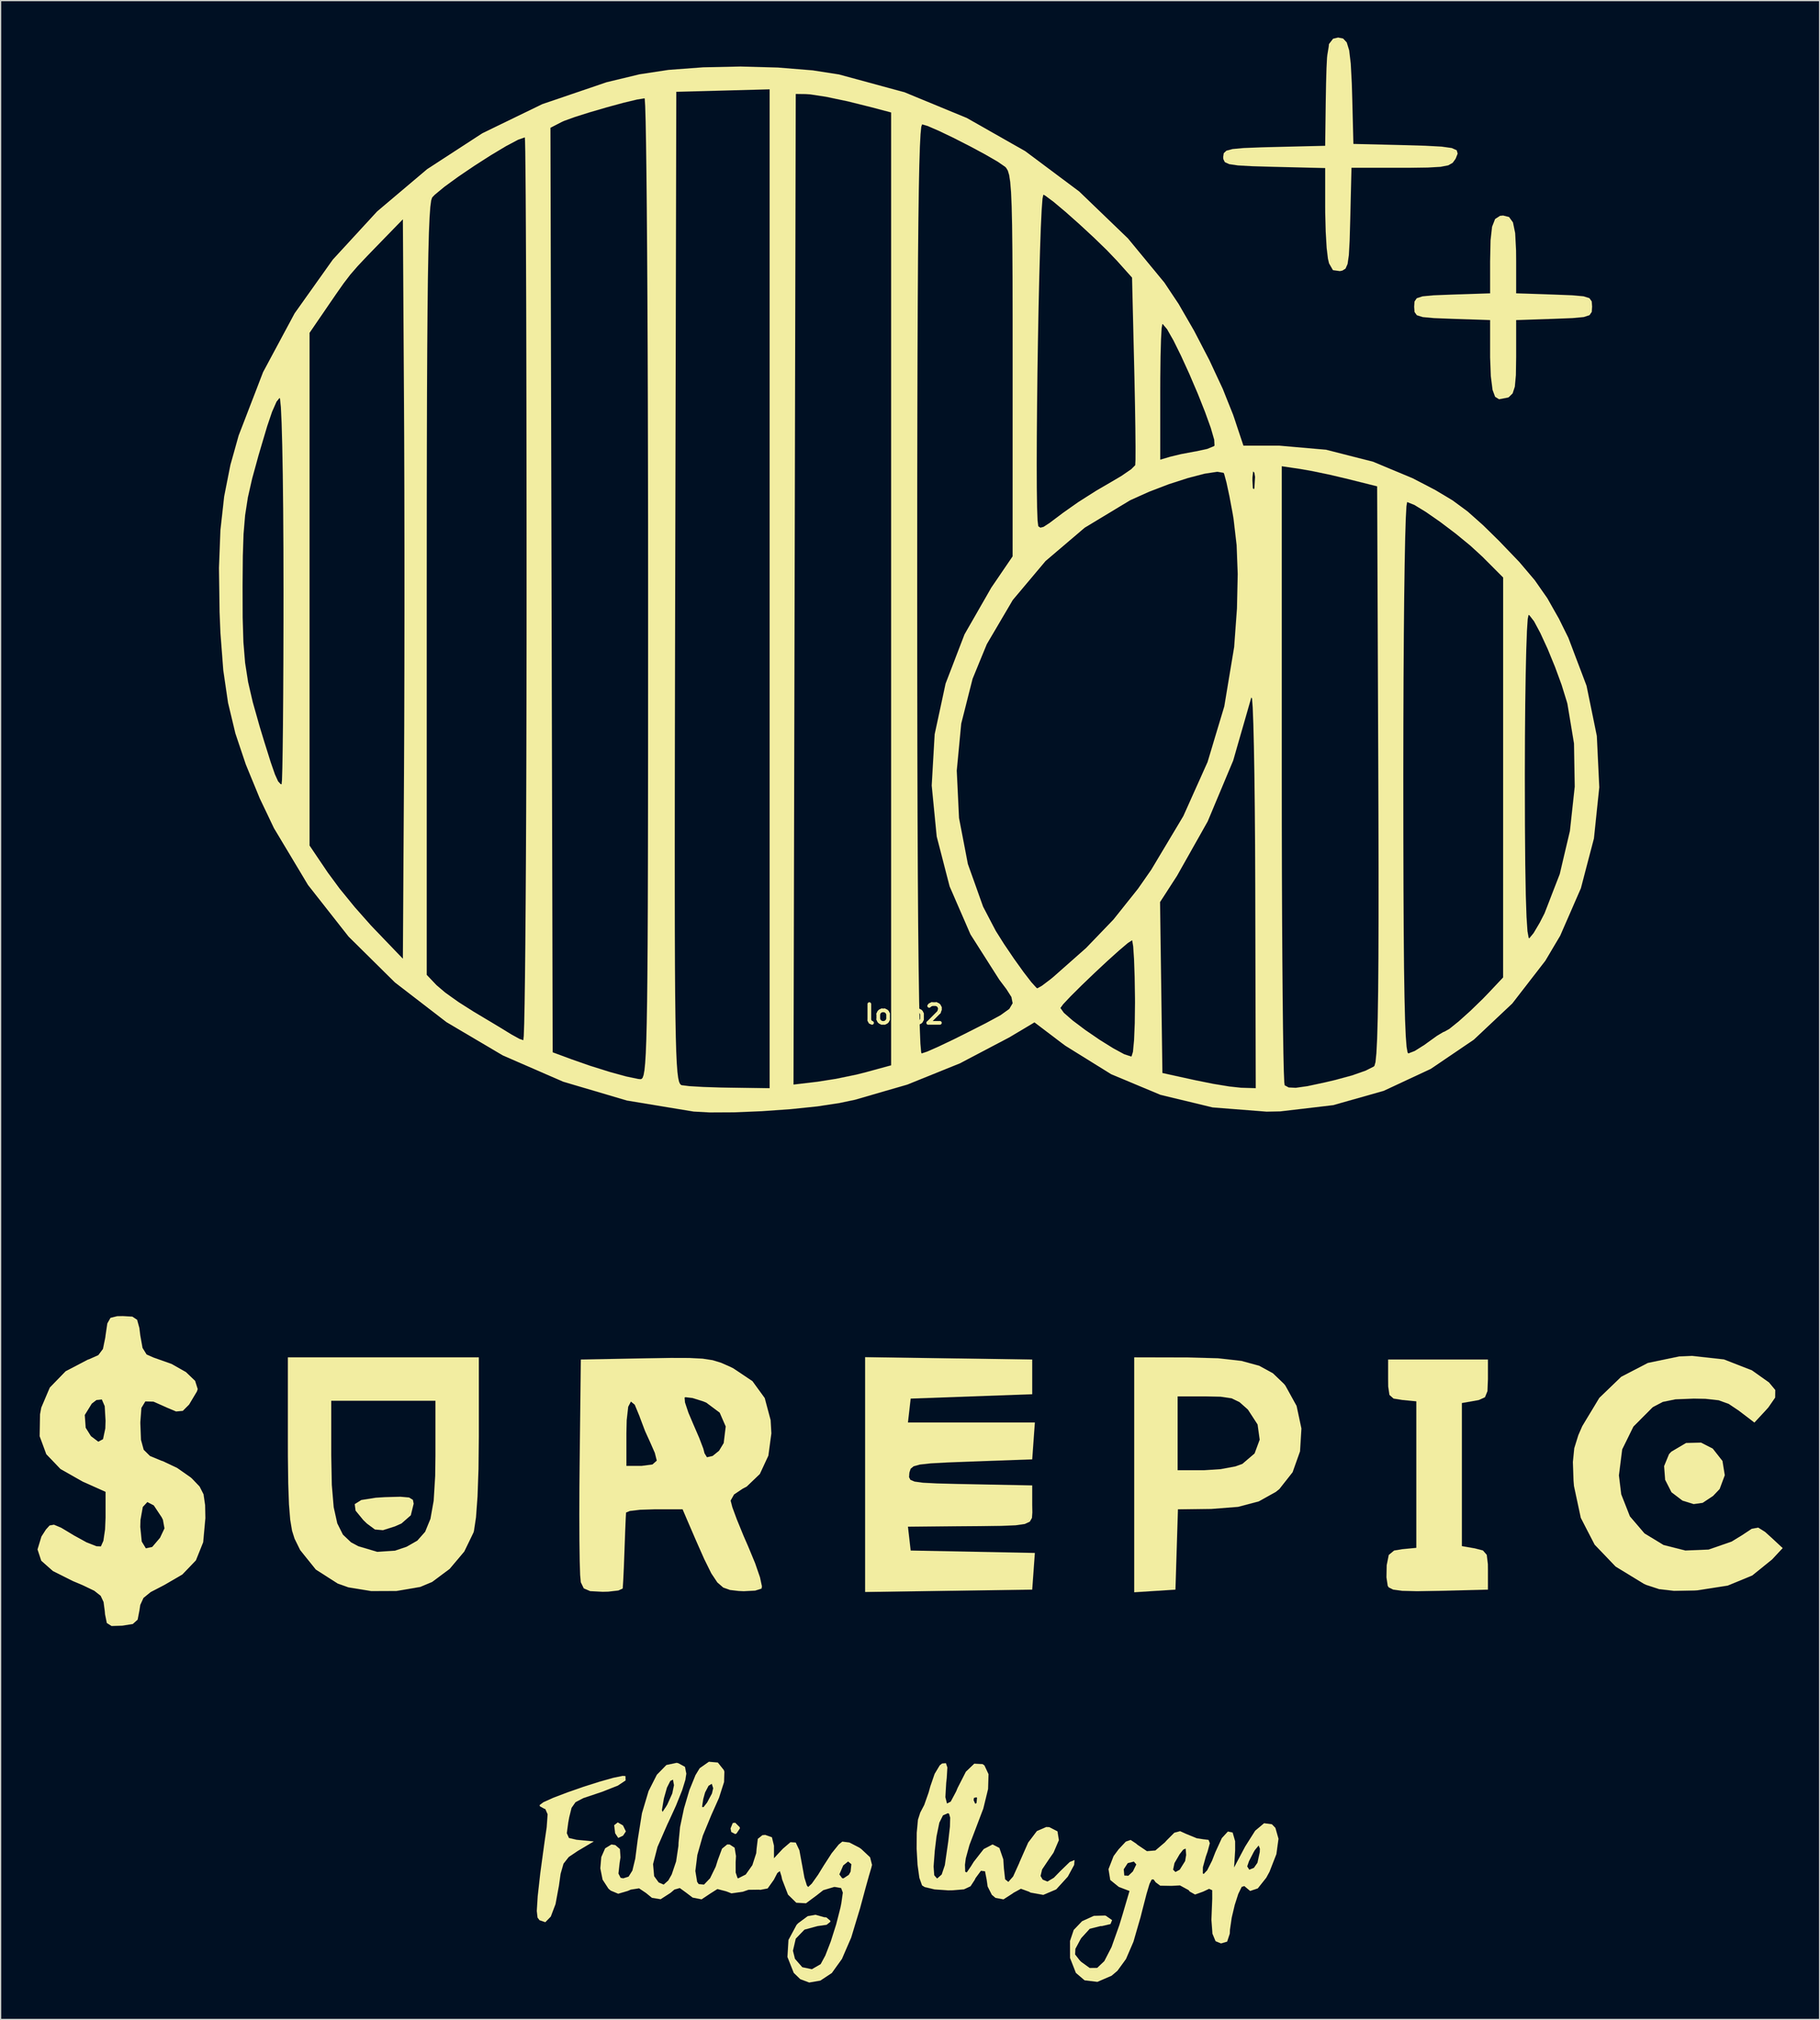
<source format=kicad_pcb>
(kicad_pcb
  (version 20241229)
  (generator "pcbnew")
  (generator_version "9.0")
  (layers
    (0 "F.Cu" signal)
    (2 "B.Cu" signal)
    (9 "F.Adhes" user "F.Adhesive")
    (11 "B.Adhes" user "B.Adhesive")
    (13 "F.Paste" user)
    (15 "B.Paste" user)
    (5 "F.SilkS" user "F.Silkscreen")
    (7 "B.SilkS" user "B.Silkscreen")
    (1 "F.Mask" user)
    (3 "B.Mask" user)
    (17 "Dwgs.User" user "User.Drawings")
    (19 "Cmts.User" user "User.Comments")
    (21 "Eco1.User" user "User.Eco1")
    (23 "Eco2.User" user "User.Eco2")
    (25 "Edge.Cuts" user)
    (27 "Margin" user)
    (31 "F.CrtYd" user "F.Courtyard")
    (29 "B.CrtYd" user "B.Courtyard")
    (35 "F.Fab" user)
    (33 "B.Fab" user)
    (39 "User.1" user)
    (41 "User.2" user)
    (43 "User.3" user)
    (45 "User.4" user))
  (footprint "logo2"
    (layer "F.Cu")
    (at 70.441 79.375)
    (property "Reference" "logo2" (at 0 0 0) (layer "F.SilkS") (effects (font (size 1.524 1.524) (thickness 0.3))))
    (attr board_only exclude_from_pos_files exclude_from_bom)
    (fp_poly (pts (xy -22.854 65.905) (xy -22.621 66.39) (xy -22.848 66.734) (xy -23.241 66.921) (xy -23.492 66.542) (xy -23.573 65.885) (xy -23.28 65.658)) (stroke (width 0) (type solid)) (fill yes) (layer "F.SilkS"))
    (fp_poly (pts (xy -13.367 66.048) (xy -13.353 66.146) (xy -13.627 66.559) (xy -13.732 66.607) (xy -14.054 66.437) (xy -14.111 66.146) (xy -13.932 65.707) (xy -13.732 65.684)) (stroke (width 0) (type solid)) (fill yes) (layer "F.SilkS"))
    (fp_poly (pts (xy 65.72 35.283) (xy 66.512 36.288) (xy 66.7 37.448) (xy 66.284 38.566) (xy 65.745 39.133) (xy 64.897 39.693) (xy 64.17 39.793) (xy 63.258 39.509) (xy 62.367 38.833) (xy 61.852 37.819) (xy 61.768 36.707) (xy 62.168 35.733) (xy 62.353 35.536) (xy 63.553 34.826) (xy 64.771 34.797)) (stroke (width 0) (type solid)) (fill yes) (layer "F.SilkS"))
    (fp_poly (pts (xy -40.242 39.257) (xy -39.931 39.448) (xy -39.869 39.76) (xy -40.101 40.707) (xy -40.857 41.367) (xy -41.393 41.606) (xy -42.363 41.915) (xy -43.014 41.86) (xy -43.669 41.375) (xy -43.963 41.089) (xy -44.592 40.324) (xy -44.659 39.795) (xy -44.123 39.46) (xy -42.946 39.275) (xy -42.217 39.23) (xy -40.953 39.196)) (stroke (width 0) (type solid)) (fill yes) (layer "F.SilkS"))
    (fp_poly (pts (xy 47.449 29.63) (xy 47.41 30.616) (xy 47.208 31.112) (xy 46.714 31.334) (xy 46.39 31.397) (xy 45.332 31.581) (xy 45.332 43.208) (xy 46.39 43.392) (xy 47.045 43.563) (xy 47.353 43.918) (xy 47.444 44.673) (xy 47.449 45.159) (xy 47.449 46.743) (xy 43.473 46.843) (xy 41.677 46.871) (xy 40.473 46.841) (xy 39.746 46.741) (xy 39.384 46.561) (xy 39.303 46.435) (xy 39.2 45.745) (xy 39.219 44.779) (xy 39.222 44.748) (xy 39.387 43.926) (xy 39.821 43.568) (xy 40.481 43.458) (xy 41.628 43.347) (xy 41.628 31.442) (xy 40.481 31.331) (xy 39.776 31.218) (xy 39.442 30.923) (xy 39.341 30.239) (xy 39.335 29.633) (xy 39.335 28.046) (xy 47.449 28.046)) (stroke (width 0) (type solid)) (fill yes) (layer "F.SilkS"))
    (fp_poly (pts (xy 3.616 27.95) (xy 10.407 28.046) (xy 10.407 30.868) (xy 0.529 31.221) (xy 0.418 32.191) (xy 0.306 33.161) (xy 10.624 33.161) (xy 10.515 34.66) (xy 10.407 36.16) (xy 5.468 36.336) (xy 3.514 36.411) (xy 2.154 36.485) (xy 1.277 36.581) (xy 0.772 36.719) (xy 0.527 36.921) (xy 0.432 37.206) (xy 0.418 37.296) (xy 0.396 37.604) (xy 0.504 37.82) (xy 0.845 37.965) (xy 1.527 38.058) (xy 2.653 38.115) (xy 4.328 38.158) (xy 5.357 38.178) (xy 10.407 38.276) (xy 10.407 39.864) (xy 10.418 40.473) (xy 10.386 40.916) (xy 10.214 41.219) (xy 9.805 41.409) (xy 9.063 41.515) (xy 7.89 41.564) (xy 6.19 41.583) (xy 4.298 41.595) (xy 0.306 41.628) (xy 0.529 43.568) (xy 10.623 43.764) (xy 10.407 46.743) (xy 3.616 46.839) (xy -3.175 46.935) (xy -3.175 27.854)) (stroke (width 0) (type solid)) (fill yes) (layer "F.SilkS"))
    (fp_poly (pts (xy 23.019 27.877) (xy 25.503 27.944) (xy 27.41 28.158) (xy 28.86 28.553) (xy 29.973 29.164) (xy 30.87 30.024) (xy 30.983 30.164) (xy 31.896 31.814) (xy 32.288 33.652) (xy 32.176 35.505) (xy 31.574 37.202) (xy 30.498 38.569) (xy 30.203 38.806) (xy 28.823 39.574) (xy 27.14 40.02) (xy 24.98 40.187) (xy 24.796 40.19) (xy 22.251 40.217) (xy 22.15 43.48) (xy 22.049 46.743) (xy 20.373 46.851) (xy 18.697 46.958) (xy 18.697 37.042) (xy 22.225 37.042) (xy 24.359 37.042) (xy 25.713 36.955) (xy 26.919 36.731) (xy 27.489 36.527) (xy 28.48 35.68) (xy 28.897 34.56) (xy 28.725 33.325) (xy 27.951 32.131) (xy 27.897 32.076) (xy 27.257 31.509) (xy 26.614 31.198) (xy 25.725 31.068) (xy 24.545 31.044) (xy 22.225 31.044) (xy 22.225 37.042) (xy 18.697 37.042) (xy 18.697 27.869)) (stroke (width 0) (type solid)) (fill yes) (layer "F.SilkS"))
    (fp_poly (pts (xy -22.652 61.897) (xy -22.642 62.248) (xy -23.272 62.669) (xy -24.568 63.178) (xy -24.955 63.307) (xy -26.079 63.686) (xy -26.713 64.016) (xy -27.036 64.477) (xy -27.227 65.249) (xy -27.306 65.682) (xy -27.42 66.536) (xy -27.247 66.923) (xy -26.639 67.067) (xy -26.382 67.093) (xy -25.224 67.204) (xy -26.518 67.969) (xy -27.262 68.469) (xy -27.688 69.011) (xy -27.925 69.833) (xy -28.06 70.791) (xy -28.337 72.296) (xy -28.721 73.31) (xy -29.168 73.769) (xy -29.637 73.609) (xy -29.802 73.391) (xy -29.862 72.855) (xy -29.787 71.655) (xy -29.576 69.781) (xy -29.228 67.227) (xy -29.057 66.058) (xy -28.982 64.996) (xy -29.169 64.569) (xy -29.234 64.558) (xy -29.614 64.346) (xy -29.633 64.25) (xy -29.322 64.017) (xy -28.505 63.651) (xy -27.354 63.212) (xy -26.043 62.757) (xy -24.744 62.344) (xy -23.63 62.032) (xy -22.874 61.879)) (stroke (width 0) (type solid)) (fill yes) (layer "F.SilkS"))
    (fp_poly (pts (xy -34.572 34.267) (xy -34.599 36.939) (xy -34.677 39.168) (xy -34.801 40.871) (xy -34.966 41.967) (xy -35 42.092) (xy -35.753 43.648) (xy -36.943 45.06) (xy -38.367 46.12) (xy -39.335 46.526) (xy -41.274 46.855) (xy -43.317 46.862) (xy -45.175 46.559) (xy -46.038 46.253) (xy -47.821 45.113) (xy -49.095 43.529) (xy -49.548 42.604) (xy -49.753 41.955) (xy -49.903 41.062) (xy -50.004 39.82) (xy -50.065 38.128) (xy -50.092 35.883) (xy -50.092 35.818) (xy -46.567 35.818) (xy -46.522 38.229) (xy -46.37 40.041) (xy -46.078 41.356) (xy -45.618 42.275) (xy -44.959 42.9) (xy -44.375 43.213) (xy -42.826 43.675) (xy -41.383 43.579) (xy -40.443 43.259) (xy -39.571 42.763) (xy -38.936 42.042) (xy -38.504 40.994) (xy -38.242 39.517) (xy -38.12 37.51) (xy -38.1 35.842) (xy -38.1 31.397) (xy -46.567 31.397) (xy -46.567 35.818) (xy -50.092 35.818) (xy -50.094 34.584) (xy -50.094 27.869) (xy -34.572 27.869)) (stroke (width 0) (type solid)) (fill yes) (layer "F.SilkS"))
    (fp_poly (pts (xy 49.167 -64.79) (xy 49.483 -64.352) (xy 49.661 -63.486) (xy 49.734 -62.081) (xy 49.742 -61.192) (xy 49.742 -58.589) (xy 52.828 -58.487) (xy 54.306 -58.429) (xy 55.216 -58.348) (xy 55.696 -58.198) (xy 55.883 -57.936) (xy 55.915 -57.518) (xy 55.915 -57.503) (xy 55.886 -57.08) (xy 55.705 -56.814) (xy 55.236 -56.661) (xy 54.341 -56.578) (xy 52.882 -56.521) (xy 52.828 -56.519) (xy 49.742 -56.417) (xy 49.742 -53.445) (xy 49.72 -51.948) (xy 49.634 -51.003) (xy 49.455 -50.458) (xy 49.153 -50.159) (xy 49.09 -50.123) (xy 48.353 -49.982) (xy 48.032 -50.182) (xy 47.823 -50.744) (xy 47.682 -51.861) (xy 47.625 -53.381) (xy 47.625 -53.503) (xy 47.625 -56.417) (xy 44.538 -56.519) (xy 43.06 -56.576) (xy 42.151 -56.658) (xy 41.671 -56.808) (xy 41.484 -57.07) (xy 41.451 -57.488) (xy 41.451 -57.503) (xy 41.481 -57.926) (xy 41.662 -58.192) (xy 42.131 -58.344) (xy 43.026 -58.428) (xy 44.485 -58.485) (xy 44.538 -58.487) (xy 47.625 -58.589) (xy 47.625 -61.192) (xy 47.66 -62.892) (xy 47.784 -64) (xy 48.031 -64.628) (xy 48.43 -64.886) (xy 48.683 -64.911)) (stroke (width 0) (type solid)) (fill yes) (layer "F.SilkS"))
    (fp_poly (pts (xy 66.63 28.038) (xy 68.902 28.922) (xy 70.291 29.906) (xy 70.803 30.52) (xy 70.794 31.139) (xy 70.24 31.942) (xy 70.008 32.199) (xy 69.108 33.169) (xy 67.832 32.196) (xy 67.017 31.652) (xy 66.205 31.357) (xy 65.131 31.238) (xy 64.173 31.222) (xy 62.685 31.28) (xy 61.666 31.488) (xy 60.886 31.896) (xy 60.815 31.948) (xy 59.274 33.495) (xy 58.362 35.347) (xy 58.095 37.461) (xy 58.284 39) (xy 58.987 40.789) (xy 60.173 42.174) (xy 61.717 43.114) (xy 63.494 43.566) (xy 65.382 43.489) (xy 67.256 42.84) (xy 68.103 42.321) (xy 68.89 41.801) (xy 69.416 41.705) (xy 69.977 42.055) (xy 70.467 42.498) (xy 71.406 43.369) (xy 70.54 44.296) (xy 68.934 45.594) (xy 66.943 46.416) (xy 64.473 46.8) (xy 64.206 46.816) (xy 62.566 46.842) (xy 61.36 46.703) (xy 60.327 46.366) (xy 60.126 46.274) (xy 57.825 44.87) (xy 56.119 43.088) (xy 54.995 40.91) (xy 54.441 38.318) (xy 54.405 37.875) (xy 54.353 36.377) (xy 54.465 35.256) (xy 54.794 34.196) (xy 55.111 33.465) (xy 56.501 31.163) (xy 58.28 29.449) (xy 60.446 28.325) (xy 62.994 27.794) (xy 64.029 27.749)) (stroke (width 0) (type solid)) (fill yes) (layer "F.SilkS"))
    (fp_poly (pts (xy 35.678 -79.294) (xy 35.97 -78.981) (xy 36.17 -78.336) (xy 36.3 -77.255) (xy 36.385 -75.636) (xy 36.425 -74.26) (xy 36.513 -70.732) (xy 40.393 -70.639) (xy 42.343 -70.583) (xy 43.682 -70.511) (xy 44.506 -70.396) (xy 44.909 -70.216) (xy 44.987 -69.945) (xy 44.835 -69.558) (xy 44.806 -69.502) (xy 44.583 -69.194) (xy 44.221 -68.99) (xy 43.587 -68.869) (xy 42.551 -68.81) (xy 40.979 -68.792) (xy 40.392 -68.792) (xy 36.359 -68.792) (xy 36.259 -64.647) (xy 36.209 -62.879) (xy 36.144 -61.696) (xy 36.04 -60.975) (xy 35.872 -60.596) (xy 35.616 -60.436) (xy 35.414 -60.395) (xy 34.851 -60.472) (xy 34.535 -61.024) (xy 34.444 -61.409) (xy 34.34 -62.279) (xy 34.262 -63.61) (xy 34.222 -65.157) (xy 34.219 -65.65) (xy 34.219 -68.769) (xy 30.074 -68.869) (xy 28.308 -68.919) (xy 27.129 -68.984) (xy 26.42 -69.087) (xy 26.063 -69.25) (xy 25.94 -69.497) (xy 25.929 -69.674) (xy 25.975 -69.975) (xy 26.191 -70.181) (xy 26.696 -70.314) (xy 27.606 -70.397) (xy 29.041 -70.452) (xy 30.074 -70.479) (xy 34.219 -70.578) (xy 34.264 -74.095) (xy 34.291 -75.622) (xy 34.328 -76.891) (xy 34.37 -77.731) (xy 34.396 -77.964) (xy 34.505 -78.623) (xy 34.528 -78.846) (xy 34.861 -79.278) (xy 35.271 -79.375)) (stroke (width 0) (type solid)) (fill yes) (layer "F.SilkS"))
    (fp_poly (pts (xy -17.463 27.92) (xy -16.382 27.976) (xy -15.57 28.1) (xy -14.882 28.31) (xy -14.173 28.621) (xy -13.906 28.75) (xy -12.332 29.802) (xy -11.332 31.179) (xy -10.854 32.971) (xy -10.794 34.043) (xy -11.037 35.857) (xy -11.731 37.348) (xy -12.8 38.372) (xy -13.132 38.544) (xy -13.826 39.011) (xy -14.106 39.509) (xy -13.966 40.046) (xy -13.595 41.055) (xy -13.057 42.366) (xy -12.695 43.198) (xy -12.111 44.604) (xy -11.718 45.746) (xy -11.561 46.48) (xy -11.594 46.66) (xy -12.107 46.823) (xy -13.035 46.872) (xy -13.446 46.854) (xy -14.153 46.772) (xy -14.706 46.575) (xy -15.186 46.16) (xy -15.674 45.425) (xy -16.248 44.269) (xy -16.992 42.587) (xy -17.215 42.069) (xy -18.011 40.217) (xy -20.295 40.217) (xy -21.465 40.254) (xy -22.299 40.352) (xy -22.607 40.481) (xy -22.632 40.937) (xy -22.673 41.909) (xy -22.721 43.21) (xy -22.733 43.568) (xy -22.784 44.922) (xy -22.834 45.995) (xy -22.873 46.599) (xy -22.88 46.655) (xy -23.228 46.813) (xy -24.048 46.908) (xy -24.511 46.919) (xy -25.522 46.866) (xy -26.042 46.642) (xy -26.279 46.155) (xy -26.286 46.126) (xy -26.337 45.561) (xy -26.374 44.398) (xy -26.397 42.744) (xy -26.405 40.708) (xy -26.397 38.395) (xy -26.381 36.689) (xy -22.578 36.689) (xy -21.343 36.689) (xy -20.458 36.574) (xy -20.111 36.265) (xy -20.111 36.248) (xy -20.266 35.633) (xy -20.601 34.871) (xy -21.055 33.87) (xy -21.489 32.724) (xy -21.508 32.666) (xy -21.899 31.719) (xy -22.209 31.462) (xy -22.431 31.885) (xy -22.554 32.975) (xy -22.578 34.043) (xy -22.578 36.689) (xy -26.381 36.689) (xy -26.317 31.137) (xy -17.849 31.137) (xy -17.815 31.533) (xy -17.535 32.37) (xy -17.135 33.315) (xy -16.656 34.419) (xy -16.327 35.284) (xy -16.228 35.667) (xy -16.03 35.986) (xy -15.569 35.882) (xy -15.047 35.46) (xy -14.668 34.833) (xy -14.505 33.488) (xy -14.993 32.364) (xy -16.086 31.549) (xy -16.328 31.448) (xy -17.206 31.173) (xy -17.775 31.107) (xy -17.849 31.137) (xy -26.317 31.137) (xy -26.282 28.046) (xy -21.014 27.948) (xy -18.958 27.916)) (stroke (width 0) (type solid)) (fill yes) (layer "F.SilkS"))
    (fp_poly (pts (xy 3.511 61.192) (xy 3.462 62.048) (xy 3.418 62.434) (xy 3.35 63.606) (xy 3.48 64.123) (xy 3.782 63.971) (xy 3.845 63.853) (xy 5.644 63.853) (xy 5.774 64.143) (xy 5.88 64.088) (xy 5.922 63.669) (xy 5.88 63.618) (xy 5.67 63.666) (xy 5.644 63.853) (xy 3.845 63.853) (xy 4.227 63.138) (xy 4.341 62.863) (xy 5.014 61.54) (xy 5.696 60.887) (xy 6.37 60.921) (xy 6.524 61.029) (xy 6.856 61.74) (xy 6.82 62.944) (xy 6.431 64.539) (xy 5.769 66.278) (xy 5.309 67.487) (xy 5.008 68.579) (xy 4.94 69.1) (xy 4.96 69.67) (xy 5.088 69.721) (xy 5.433 69.219) (xy 5.648 68.868) (xy 6.466 67.823) (xy 7.186 67.449) (xy 7.739 67.733) (xy 8.058 68.658) (xy 8.108 69.409) (xy 8.206 70.283) (xy 8.467 70.493) (xy 8.857 70.053) (xy 9.344 68.975) (xy 9.379 68.88) (xy 10.08 67.294) (xy 10.789 66.361) (xy 11.548 66.031) (xy 11.795 66.042) (xy 12.462 66.386) (xy 12.576 67.101) (xy 12.138 68.119) (xy 11.788 68.623) (xy 11.212 69.479) (xy 11.085 70.012) (xy 11.258 70.307) (xy 11.646 70.465) (xy 12.164 70.157) (xy 12.693 69.614) (xy 13.46 68.871) (xy 13.849 68.716) (xy 13.816 69.115) (xy 13.318 70.036) (xy 13.296 70.071) (xy 12.358 71.102) (xy 11.307 71.548) (xy 10.267 71.36) (xy 10.144 71.289) (xy 9.487 71.051) (xy 8.883 71.38) (xy 8.846 71.413) (xy 8.072 71.913) (xy 7.424 71.793) (xy 7.126 71.543) (xy 6.784 70.868) (xy 6.703 70.309) (xy 6.571 69.629) (xy 6.24 69.589) (xy 5.801 70.184) (xy 5.727 70.338) (xy 5.394 70.849) (xy 4.856 71.1) (xy 3.892 71.177) (xy 3.563 71.18) (xy 2.473 71.105) (xy 1.674 70.916) (xy 1.454 70.779) (xy 1.234 70.164) (xy 1.106 69.246) (xy 2.392 69.246) (xy 2.445 69.956) (xy 2.657 70.199) (xy 2.7 70.203) (xy 3.048 69.894) (xy 3.303 69.143) (xy 3.317 69.056) (xy 3.58 67.23) (xy 3.72 66.001) (xy 3.74 65.273) (xy 3.647 64.951) (xy 3.553 64.911) (xy 3.153 65.086) (xy 2.858 65.68) (xy 2.629 66.8) (xy 2.489 67.958) (xy 2.392 69.246) (xy 1.106 69.246) (xy 1.085 69.089) (xy 1.012 67.789) (xy 1.021 66.495) (xy 1.119 65.44) (xy 1.305 64.863) (xy 1.632 64.239) (xy 1.987 63.228) (xy 2.126 62.726) (xy 2.477 61.713) (xy 2.893 61.018) (xy 3.085 60.87) (xy 3.395 60.847)) (stroke (width 0) (type solid)) (fill yes) (layer "F.SilkS"))
    (fp_poly (pts (xy -62.733 24.561) (xy -62.345 24.817) (xy -62.163 25.48) (xy -62.089 26.082) (xy -61.907 27.101) (xy -61.577 27.634) (xy -61.01 27.886) (xy -59.542 28.406) (xy -58.377 29.067) (xy -57.632 29.778) (xy -57.421 30.449) (xy -57.488 30.648) (xy -58.123 31.709) (xy -58.632 32.218) (xy -59.18 32.267) (xy -59.892 31.968) (xy -61.015 31.468) (xy -61.679 31.45) (xy -61.998 31.978) (xy -62.083 33.119) (xy -62.083 33.249) (xy -62.032 34.571) (xy -61.81 35.383) (xy -61.3 35.883) (xy -60.385 36.264) (xy -60.249 36.308) (xy -59.093 36.854) (xy -57.988 37.628) (xy -57.868 37.736) (xy -57.268 38.367) (xy -56.946 38.998) (xy -56.818 39.879) (xy -56.797 40.934) (xy -56.975 42.891) (xy -57.569 44.369) (xy -58.67 45.515) (xy -60.145 46.373) (xy -61.235 46.936) (xy -61.829 47.418) (xy -62.09 47.986) (xy -62.155 48.419) (xy -62.303 49.186) (xy -62.698 49.537) (xy -63.566 49.673) (xy -64.423 49.7) (xy -64.809 49.457) (xy -64.952 48.752) (xy -64.977 48.474) (xy -65.073 47.747) (xy -65.309 47.246) (xy -65.828 46.836) (xy -66.778 46.381) (xy -67.557 46.052) (xy -69.186 45.237) (xy -70.138 44.397) (xy -70.441 43.478) (xy -70.124 42.428) (xy -69.76 41.863) (xy -69.459 41.529) (xy -69.106 41.467) (xy -68.523 41.713) (xy -67.534 42.305) (xy -67.478 42.34) (xy -66.459 42.901) (xy -65.652 43.216) (xy -65.29 43.231) (xy -65.087 42.778) (xy -64.95 41.843) (xy -64.942 41.649) (xy -62.089 41.649) (xy -61.97 42.838) (xy -61.636 43.387) (xy -61.119 43.275) (xy -60.484 42.533) (xy -60.123 41.766) (xy -60.249 41.069) (xy -60.353 40.858) (xy -60.992 39.9) (xy -61.514 39.628) (xy -61.885 40.026) (xy -62.073 41.08) (xy -62.089 41.649) (xy -64.942 41.649) (xy -64.911 40.897) (xy -64.911 38.797) (xy -66.763 37.97) (xy -68.574 36.944) (xy -69.729 35.739) (xy -70.269 34.28) (xy -70.238 32.553) (xy -66.601 32.553) (xy -66.527 33.589) (xy -66.099 34.272) (xy -65.502 34.724) (xy -65.116 34.519) (xy -64.931 33.648) (xy -64.911 33.023) (xy -64.98 31.834) (xy -65.214 31.29) (xy -65.654 31.338) (xy -66.029 31.628) (xy -66.601 32.553) (xy -70.238 32.553) (xy -70.237 32.493) (xy -70.137 31.953) (xy -69.442 30.322) (xy -68.157 28.999) (xy -66.365 28.063) (xy -66.238 28.019) (xy -65.5 27.689) (xy -65.122 27.186) (xy -64.933 26.261) (xy -64.911 26.076) (xy -64.768 25.113) (xy -64.512 24.661) (xy -63.97 24.526) (xy -63.5 24.518)) (stroke (width 0) (type solid)) (fill yes) (layer "F.SilkS"))
    (fp_poly (pts (xy 29.889 65.808) (xy 30.173 66.101) (xy 30.424 66.986) (xy 30.255 68.233) (xy 29.699 69.661) (xy 29.429 70.156) (xy 28.742 71.023) (xy 28.12 71.23) (xy 27.646 70.832) (xy 27.436 70.895) (xy 27.158 71.467) (xy 26.869 72.36) (xy 26.624 73.391) (xy 26.481 74.371) (xy 26.465 74.701) (xy 26.252 75.347) (xy 25.753 75.494) (xy 25.311 75.311) (xy 25.056 74.702) (xy 24.972 73.577) (xy 25.039 71.85) (xy 25.036 71.168) (xy 24.781 71.057) (xy 24.311 71.278) (xy 23.643 71.519) (xy 23.21 71.277) (xy 23.121 71.164) (xy 22.416 70.778) (xy 21.733 70.815) (xy 20.815 70.801) (xy 20.443 70.526) (xy 20.268 70.29) (xy 20.116 70.3) (xy 19.941 70.657) (xy 19.7 71.465) (xy 19.348 72.824) (xy 19.213 73.362) (xy 18.637 75.349) (xy 18.031 76.758) (xy 17.334 77.715) (xy 16.857 78.119) (xy 15.706 78.616) (xy 14.664 78.491) (xy 13.955 77.885) (xy 13.483 76.675) (xy 13.481 75.291) (xy 13.78 74.396) (xy 14.457 73.689) (xy 15.417 73.25) (xy 16.329 73.225) (xy 16.401 73.249) (xy 16.9 73.598) (xy 16.77 73.919) (xy 16.081 74.081) (xy 15.951 74.083) (xy 15.084 74.302) (xy 14.395 75.057) (xy 14.322 75.178) (xy 13.917 75.93) (xy 13.893 76.388) (xy 14.263 76.86) (xy 14.393 76.991) (xy 15.076 77.487) (xy 15.688 77.481) (xy 16.269 76.928) (xy 16.856 75.785) (xy 17.488 74.006) (xy 17.764 73.099) (xy 18.315 71.232) (xy 17.448 70.903) (xy 16.749 70.335) (xy 16.609 69.469) (xy 17.846 69.469) (xy 17.892 69.975) (xy 18.22 69.995) (xy 18.587 69.643) (xy 18.658 69.5) (xy 21.858 69.5) (xy 22.05 69.689) (xy 22.401 69.497) (xy 22.836 68.8) (xy 22.919 68.307) (xy 22.881 67.786) (xy 22.686 67.865) (xy 22.39 68.242) (xy 21.971 68.963) (xy 21.858 69.5) (xy 18.658 69.5) (xy 18.869 69.073) (xy 18.669 68.841) (xy 18.172 68.968) (xy 17.846 69.469) (xy 16.609 69.469) (xy 16.607 69.457) (xy 17.021 68.396) (xy 17.429 67.845) (xy 18.015 67.219) (xy 18.405 67.083) (xy 18.848 67.375) (xy 18.956 67.472) (xy 19.732 67.994) (xy 20.414 67.94) (xy 21.188 67.284) (xy 21.338 67.116) (xy 21.957 66.497) (xy 22.431 66.372) (xy 22.903 66.587) (xy 23.776 66.943) (xy 24.321 67.028) (xy 24.739 67.078) (xy 24.844 67.349) (xy 24.662 68.025) (xy 24.518 68.439) (xy 24.282 69.296) (xy 24.274 69.797) (xy 24.343 69.85) (xy 24.631 69.546) (xy 25.025 68.766) (xy 25.295 68.077) (xy 25.819 66.934) (xy 26.312 66.4) (xy 26.698 66.482) (xy 26.9 67.188) (xy 26.901 67.922) (xy 26.815 69.321) (xy 26.862 69.233) (xy 27.882 69.233) (xy 28.051 69.503) (xy 28.427 69.35) (xy 28.714 68.939) (xy 28.902 68.079) (xy 28.915 67.793) (xy 28.813 67.535) (xy 28.504 67.907) (xy 28.399 68.086) (xy 28.027 68.812) (xy 27.882 69.233) (xy 26.862 69.233) (xy 27.71 67.628) (xy 28.53 66.331) (xy 29.253 65.726)) (stroke (width 0) (type solid)) (fill yes) (layer "F.SilkS"))
    (fp_poly (pts (xy -15.145 60.793) (xy -14.652 61.411) (xy -14.613 61.541) (xy -14.638 62.377) (xy -15.047 63.654) (xy -15.665 65.041) (xy -16.365 66.733) (xy -16.811 68.303) (xy -16.973 69.605) (xy -16.827 70.49) (xy -16.701 70.67) (xy -16.271 70.712) (xy -15.776 70.197) (xy -15.318 69.254) (xy -15.152 68.728) (xy -14.802 67.789) (xy -14.383 67.449) (xy -14.18 67.455) (xy -13.781 67.715) (xy -13.67 68.391) (xy -13.698 68.889) (xy -13.696 69.733) (xy -13.545 70.181) (xy -13.488 70.203) (xy -12.877 69.893) (xy -12.338 69.13) (xy -12.023 68.159) (xy -11.994 67.794) (xy -11.896 66.992) (xy -11.525 66.695) (xy -11.289 66.675) (xy -10.75 66.865) (xy -10.584 67.543) (xy -10.583 67.623) (xy -10.583 68.572) (xy -9.857 67.792) (xy -9.242 67.268) (xy -8.815 67.294) (xy -8.515 67.924) (xy -8.29 69.145) (xy -8.108 70.149) (xy -7.908 70.788) (xy -7.802 70.908) (xy -7.506 70.629) (xy -6.994 69.905) (xy -6.981 69.883) (xy -5.269 69.883) (xy -5.041 70.193) (xy -4.928 70.203) (xy -4.501 69.92) (xy -4.355 69.658) (xy -4.293 69.052) (xy -4.558 68.834) (xy -4.953 69.155) (xy -5.269 69.883) (xy -6.981 69.883) (xy -6.533 69.156) (xy -5.894 68.166) (xy -5.318 67.452) (xy -5.029 67.22) (xy -4.451 67.292) (xy -3.646 67.707) (xy -3.489 67.818) (xy -2.77 68.493) (xy -2.613 69.11) (xy -2.661 69.314) (xy -2.862 69.994) (xy -3.177 71.126) (xy -3.542 72.479) (xy -3.585 72.641) (xy -4.306 75.018) (xy -5.057 76.75) (xy -5.878 77.895) (xy -6.811 78.514) (xy -7.718 78.669) (xy -8.442 78.399) (xy -8.976 77.885) (xy -9.487 76.593) (xy -9.404 75.21) (xy -8.749 73.989) (xy -8.627 73.859) (xy -7.842 73.276) (xy -7.205 73.163) (xy -7.187 73.17) (xy -6.52 73.356) (xy -6.321 73.378) (xy -6.006 73.647) (xy -5.997 73.731) (xy -6.304 73.979) (xy -7.041 74.083) (xy -7.047 74.083) (xy -8.103 74.372) (xy -8.813 75.106) (xy -9.041 76.088) (xy -8.877 76.744) (xy -8.28 77.426) (xy -7.5 77.588) (xy -6.791 77.179) (xy -6.784 77.17) (xy -6.409 76.476) (xy -5.964 75.325) (xy -5.527 73.949) (xy -5.179 72.58) (xy -5.107 72.221) (xy -4.986 71.365) (xy -5.123 70.994) (xy -5.608 70.909) (xy -5.703 70.908) (xy -6.577 71.168) (xy -7.15 71.614) (xy -7.98 72.23) (xy -8.77 72.186) (xy -9.443 71.525) (xy -9.92 70.293) (xy -9.976 70.026) (xy -10.104 69.618) (xy -10.306 69.767) (xy -10.591 70.315) (xy -11.096 71.027) (xy -11.703 71.141) (xy -11.766 71.126) (xy -12.657 71.135) (xy -13.11 71.292) (xy -14.037 71.424) (xy -14.472 71.257) (xy -15.18 71.074) (xy -15.732 71.421) (xy -16.468 71.912) (xy -17.192 71.77) (xy -17.699 71.383) (xy -18.237 70.993) (xy -18.675 71.117) (xy -18.99 71.383) (xy -19.796 71.903) (xy -20.502 71.788) (xy -20.987 71.391) (xy -21.547 71.017) (xy -22.216 71.12) (xy -22.469 71.228) (xy -23.244 71.454) (xy -23.849 71.201) (xy -24.035 71.043) (xy -24.513 70.31) (xy -24.697 69.388) (xy -24.618 68.475) (xy -24.306 67.764) (xy -23.792 67.451) (xy -23.478 67.501) (xy -23.102 67.823) (xy -23.057 68.501) (xy -23.129 68.963) (xy -23.223 69.815) (xy -23.044 70.165) (xy -22.831 70.203) (xy -22.399 70.065) (xy -22.09 69.572) (xy -21.857 68.607) (xy -21.662 67.086) (xy -21.311 64.909) (xy -21.233 64.647) (xy -19.69 64.647) (xy -19.644 64.808) (xy -19.366 64.395) (xy -19.252 64.206) (xy -18.852 63.314) (xy -18.71 62.636) (xy -18.791 62.184) (xy -19.007 62.287) (xy -19.279 62.829) (xy -19.524 63.692) (xy -19.555 63.853) (xy -19.69 64.647) (xy -21.233 64.647) (xy -20.778 63.117) (xy -20.102 61.786) (xy -19.326 60.994) (xy -18.489 60.818) (xy -18.349 60.853) (xy -17.817 61.144) (xy -17.706 61.696) (xy -17.784 62.198) (xy -18.048 63.05) (xy -18.539 64.277) (xy -19.158 65.63) (xy -19.232 65.782) (xy -20.05 67.651) (xy -20.41 69.048) (xy -20.321 70.03) (xy -19.954 70.537) (xy -19.546 70.711) (xy -19.17 70.374) (xy -18.896 69.892) (xy -18.536 68.831) (xy -18.347 67.564) (xy -18.339 67.31) (xy -18.215 66.029) (xy -17.897 64.519) (xy -17.86 64.397) (xy -16.429 64.397) (xy -16.309 64.417) (xy -16.018 64.043) (xy -15.624 63.313) (xy -15.522 62.883) (xy -15.637 62.522) (xy -15.898 62.681) (xy -16.183 63.226) (xy -16.329 63.753) (xy -16.429 64.397) (xy -17.86 64.397) (xy -17.456 63.032) (xy -16.963 61.817) (xy -16.619 61.253) (xy -15.872 60.73)) (stroke (width 0) (type solid)) (fill yes) (layer "F.SilkS"))
    (fp_poly (pts (xy -10.251 -76.936) (xy -7.437 -76.707) (xy -5.292 -76.375) (xy 0.036 -74.925) (xy 5.098 -72.836) (xy 9.845 -70.139) (xy 14.225 -66.867) (xy 18.187 -63.054) (xy 21.147 -59.467) (xy 22.306 -57.728) (xy 23.564 -55.551) (xy 24.801 -53.172) (xy 25.897 -50.822) (xy 26.731 -48.736) (xy 26.84 -48.419) (xy 27.574 -46.214) (xy 30.488 -46.214) (xy 34.293 -45.88) (xy 38.11 -44.908) (xy 41.343 -43.558) (xy 43.165 -42.61) (xy 44.575 -41.766) (xy 45.802 -40.861) (xy 47.072 -39.731) (xy 48.346 -38.48) (xy 49.992 -36.766) (xy 51.248 -35.286) (xy 52.271 -33.823) (xy 53.213 -32.161) (xy 53.982 -30.609) (xy 55.464 -26.701) (xy 56.301 -22.617) (xy 56.499 -18.451) (xy 56.064 -14.296) (xy 55.003 -10.245) (xy 53.322 -6.392) (xy 52.112 -4.353) (xy 49.426 -0.882) (xy 46.303 2.056) (xy 42.8 4.432) (xy 38.973 6.216) (xy 34.876 7.376) (xy 30.566 7.884) (xy 29.457 7.905) (xy 25.062 7.559) (xy 20.831 6.538) (xy 16.824 4.862) (xy 13.102 2.551) (xy 12.791 2.319) (xy 10.59 0.651) (xy 8.558 1.863) (xy 4.531 3.98) (xy 0.261 5.705) (xy -3.999 6.94) (xy -5.258 7.205) (xy -7.055 7.477) (xy -9.23 7.702) (xy -11.562 7.868) (xy -13.83 7.961) (xy -15.811 7.969) (xy -17.11 7.898) (xy -22.528 7.004) (xy -27.714 5.472) (xy -32.62 3.337) (xy -37.196 0.636) (xy -41.393 -2.596) (xy -42.016 -3.211) (xy -38.806 -3.211) (xy -38.012 -2.375) (xy -37.311 -1.777) (xy -36.224 -1.001) (xy -34.979 -0.211) (xy -34.925 -0.179) (xy -33.705 0.549) (xy -32.644 1.188) (xy -31.959 1.609) (xy -31.926 1.63) (xy -31.272 1.99) (xy -30.956 2.098) (xy -30.92 1.756) (xy -30.885 0.754) (xy -30.852 -0.861) (xy -30.821 -3.042) (xy -30.793 -5.744) (xy -30.768 -8.92) (xy -30.745 -12.524) (xy -30.726 -16.51) (xy -30.711 -20.83) (xy -30.7 -25.44) (xy -30.693 -30.293) (xy -30.692 -34.572) (xy -30.693 -39.595) (xy -30.697 -44.415) (xy -30.703 -48.985) (xy -30.712 -53.26) (xy -30.722 -57.192) (xy -30.735 -60.737) (xy -30.749 -63.846) (xy -30.764 -66.475) (xy -30.781 -68.576) (xy -30.799 -70.104) (xy -30.818 -71.012) (xy -30.834 -71.261) (xy -31.385 -71.068) (xy -32.353 -70.554) (xy -33.586 -69.817) (xy -34.934 -68.954) (xy -36.246 -68.065) (xy -37.371 -67.246) (xy -38.157 -66.596) (xy -38.365 -66.379) (xy -38.444 -66.138) (xy -38.515 -65.602) (xy -38.576 -64.734) (xy -38.629 -63.496) (xy -38.673 -61.854) (xy -38.711 -59.77) (xy -38.741 -57.207) (xy -38.765 -54.13) (xy -38.783 -50.502) (xy -38.795 -46.287) (xy -38.802 -41.448) (xy -38.805 -35.948) (xy -38.806 -34.523) (xy -38.806 -3.211) (xy -42.016 -3.211) (xy -45.163 -6.324) (xy -48.455 -10.512) (xy -50.378 -13.72) (xy -48.331 -13.72) (xy -46.855 -11.534) (xy -45.893 -10.228) (xy -44.654 -8.71) (xy -43.371 -7.261) (xy -43.063 -6.936) (xy -40.746 -4.523) (xy -40.654 -19.548) (xy -40.635 -23.572) (xy -40.622 -28.09) (xy -40.616 -32.891) (xy -40.617 -37.764) (xy -40.625 -42.499) (xy -40.64 -46.885) (xy -40.654 -49.588) (xy -40.746 -64.605) (xy -42.51 -62.792) (xy -43.643 -61.624) (xy -44.432 -60.787) (xy -45.023 -60.103) (xy -45.563 -59.398) (xy -46.198 -58.494) (xy -46.737 -57.707) (xy -48.331 -55.379) (xy -48.331 -13.72) (xy -50.378 -13.72) (xy -51.221 -15.125) (xy -52.382 -17.559) (xy -53.519 -20.326) (xy -54.362 -22.841) (xy -54.955 -25.318) (xy -55.344 -27.966) (xy -55.575 -30.999) (xy -55.644 -32.69) (xy -55.672 -34.749) (xy -53.775 -34.749) (xy -53.768 -32.245) (xy -53.708 -30.251) (xy -53.57 -28.569) (xy -53.324 -27.003) (xy -52.943 -25.357) (xy -52.399 -23.434) (xy -51.99 -22.087) (xy -51.493 -20.508) (xy -51.141 -19.495) (xy -50.887 -18.935) (xy -50.685 -18.715) (xy -50.603 -18.697) (xy -50.571 -19.038) (xy -50.541 -20.014) (xy -50.514 -21.554) (xy -50.49 -23.586) (xy -50.471 -26.042) (xy -50.457 -28.848) (xy -50.449 -31.936) (xy -50.447 -34.396) (xy -50.454 -37.897) (xy -50.474 -41.073) (xy -50.506 -43.863) (xy -50.549 -46.211) (xy -50.601 -48.057) (xy -50.662 -49.343) (xy -50.73 -50.011) (xy -50.766 -50.094) (xy -51.016 -49.783) (xy -51.377 -48.962) (xy -51.771 -47.806) (xy -51.799 -47.713) (xy -52.488 -45.388) (xy -52.993 -43.547) (xy -53.344 -42.001) (xy -53.568 -40.562) (xy -53.696 -39.04) (xy -53.755 -37.247) (xy -53.774 -34.994) (xy -53.775 -34.749) (xy -55.672 -34.749) (xy -55.693 -36.275) (xy -55.576 -39.345) (xy -55.272 -42.078) (xy -54.763 -44.65) (xy -54.093 -47.037) (xy -52.107 -52.191) (xy -49.543 -56.967) (xy -46.44 -61.33) (xy -42.836 -65.247) (xy -38.772 -68.681) (xy -34.284 -71.598) (xy -33.375 -72.04) (xy -28.751 -72.04) (xy -28.569 3.082) (xy -27.073 3.637) (xy -25.501 4.186) (xy -23.936 4.676) (xy -22.575 5.049) (xy -21.616 5.249) (xy -21.431 5.267) (xy -21.336 5.243) (xy -21.251 5.139) (xy -21.176 4.916) (xy -21.109 4.537) (xy -21.052 3.962) (xy -21.002 3.154) (xy -20.96 2.076) (xy -20.925 0.688) (xy -20.895 -1.047) (xy -20.872 -3.168) (xy -20.853 -5.712) (xy -20.839 -8.718) (xy -20.829 -12.223) (xy -20.826 -13.764) (xy -18.646 -13.764) (xy -18.645 -10.012) (xy -18.64 -6.775) (xy -18.63 -4.015) (xy -18.614 -1.693) (xy -18.591 0.227) (xy -18.562 1.785) (xy -18.526 3.019) (xy -18.482 3.965) (xy -18.43 4.664) (xy -18.369 5.152) (xy -18.299 5.468) (xy -18.22 5.649) (xy -18.13 5.735) (xy -18.081 5.754) (xy -17.466 5.83) (xy -16.343 5.897) (xy -14.907 5.944) (xy -14.199 5.956) (xy -10.936 5.997) (xy -10.936 5.704) (xy -8.996 5.704) (xy -7.056 5.476) (xy -5.54 5.238) (xy -3.865 4.89) (xy -3.087 4.694) (xy -1.058 4.14) (xy -1.058 -34.572) (xy 1.058 -34.572) (xy 1.062 -27.698) (xy 1.071 -21.525) (xy 1.087 -16.05) (xy 1.109 -11.269) (xy 1.138 -7.177) (xy 1.174 -3.771) (xy 1.216 -1.047) (xy 1.264 0.999) (xy 1.319 2.371) (xy 1.381 3.073) (xy 1.418 3.175) (xy 1.87 3.024) (xy 2.794 2.618) (xy 4.032 2.028) (xy 4.858 1.617) (xy 6.625 0.722) (xy 7.834 0.067) (xy 8.544 -0.443) (xy 8.589 -0.519) (xy 12.7 -0.519) (xy 12.979 -0.126) (xy 13.709 0.508) (xy 14.726 1.272) (xy 15.87 2.055) (xy 16.979 2.748) (xy 17.889 3.24) (xy 18.44 3.421) (xy 18.48 3.415) (xy 18.594 3.047) (xy 18.684 2.108) (xy 18.742 0.729) (xy 18.762 -0.954) (xy 18.76 -1.339) (xy 18.733 -3.061) (xy 18.682 -4.499) (xy 18.614 -5.522) (xy 18.536 -5.998) (xy 18.518 -6.017) (xy 18.181 -5.797) (xy 17.475 -5.2) (xy 16.528 -4.348) (xy 15.47 -3.361) (xy 14.429 -2.363) (xy 13.535 -1.474) (xy 12.916 -0.817) (xy 12.7 -0.519) (xy 8.589 -0.519) (xy 8.818 -0.904) (xy 8.717 -1.411) (xy 8.303 -2.06) (xy 7.728 -2.823) (xy 5.391 -6.495) (xy 3.696 -10.394) (xy 2.645 -14.451) (xy 2.239 -18.596) (xy 2.308 -19.807) (xy 4.275 -19.807) (xy 4.459 -15.956) (xy 5.178 -12.22) (xy 6.418 -8.746) (xy 7.447 -6.78) (xy 8.134 -5.692) (xy 8.917 -4.536) (xy 9.687 -3.461) (xy 10.335 -2.618) (xy 10.752 -2.159) (xy 10.827 -2.117) (xy 11.189 -2.321) (xy 11.868 -2.832) (xy 12.12 -3.038) (xy 14.787 -5.395) (xy 17.011 -7.707) (xy 18.142 -9.126) (xy 20.799 -9.126) (xy 20.895 -2.182) (xy 20.99 4.763) (xy 23.636 5.346) (xy 25.093 5.639) (xy 26.435 5.859) (xy 27.385 5.962) (xy 27.428 5.963) (xy 28.575 5.997) (xy 28.534 -10.495) (xy 28.521 -13.779) (xy 28.497 -16.794) (xy 28.465 -19.478) (xy 28.425 -21.77) (xy 28.379 -23.605) (xy 28.329 -24.923) (xy 28.275 -25.66) (xy 28.219 -25.755) (xy 28.218 -25.753) (xy 26.742 -20.623) (xy 24.668 -15.675) (xy 22.175 -11.255) (xy 20.799 -9.126) (xy 18.142 -9.126) (xy 19.001 -10.202) (xy 20.073 -11.738) (xy 22.691 -16.115) (xy 24.659 -20.503) (xy 26.021 -25.035) (xy 26.82 -29.848) (xy 27.05 -32.985) (xy 27.111 -35.782) (xy 27.022 -38.127) (xy 26.772 -40.256) (xy 26.7 -40.692) (xy 26.438 -42.098) (xy 26.197 -43.221) (xy 26.151 -43.392) (xy 28.304 -43.392) (xy 28.341 -42.75) (xy 28.432 -42.674) (xy 28.465 -42.774) (xy 28.52 -43.669) (xy 28.465 -44.009) (xy 28.363 -44.119) (xy 28.307 -43.631) (xy 28.304 -43.392) (xy 26.151 -43.392) (xy 26.015 -43.894) (xy 25.962 -44.005) (xy 25.445 -44.09) (xy 24.432 -43.935) (xy 23.073 -43.584) (xy 21.518 -43.082) (xy 19.918 -42.472) (xy 18.423 -41.799) (xy 18.344 -41.76) (xy 14.674 -39.545) (xy 11.491 -36.836) (xy 8.827 -33.669) (xy 6.716 -30.081) (xy 5.562 -27.272) (xy 4.638 -23.628) (xy 4.275 -19.807) (xy 2.308 -19.807) (xy 2.479 -22.761) (xy 3.366 -26.877) (xy 4.903 -30.876) (xy 7.09 -34.688) (xy 7.109 -34.715) (xy 8.815 -37.218) (xy 8.816 -44.718) (xy 10.775 -44.718) (xy 10.782 -42.755) (xy 10.804 -41.197) (xy 10.843 -40.138) (xy 10.899 -39.669) (xy 10.907 -39.658) (xy 11.072 -39.548) (xy 11.326 -39.612) (xy 11.816 -39.93) (xy 12.689 -40.585) (xy 12.906 -40.75) (xy 14.143 -41.621) (xy 15.621 -42.56) (xy 16.605 -43.131) (xy 17.673 -43.76) (xy 18.456 -44.3) (xy 18.695 -44.54) (xy 30.692 -44.54) (xy 30.692 -19.507) (xy 30.695 -15.367) (xy 30.704 -11.434) (xy 30.719 -7.766) (xy 30.739 -4.418) (xy 30.764 -1.448) (xy 30.792 1.088) (xy 30.824 3.133) (xy 30.859 4.63) (xy 30.896 5.522) (xy 30.927 5.762) (xy 31.254 5.938) (xy 31.828 5.966) (xy 32.775 5.832) (xy 34.219 5.524) (xy 35.049 5.329) (xy 36.401 4.96) (xy 37.502 4.576) (xy 38.156 4.247) (xy 38.224 4.185) (xy 38.31 3.877) (xy 38.382 3.153) (xy 38.442 1.978) (xy 38.489 0.319) (xy 38.523 -1.857) (xy 38.546 -4.584) (xy 38.557 -7.895) (xy 38.558 -11.824) (xy 38.547 -16.404) (xy 38.537 -19.226) (xy 40.569 -19.226) (xy 40.573 -14.395) (xy 40.584 -10.233) (xy 40.602 -6.707) (xy 40.629 -3.78) (xy 40.666 -1.418) (xy 40.712 0.414) (xy 40.769 1.753) (xy 40.836 2.633) (xy 40.916 3.089) (xy 40.977 3.175) (xy 41.496 2.975) (xy 42.289 2.478) (xy 42.541 2.293) (xy 43.309 1.742) (xy 43.824 1.434) (xy 43.9 1.411) (xy 44.313 1.18) (xy 45.07 0.571) (xy 46.025 -0.286) (xy 47.031 -1.262) (xy 47.516 -1.764) (xy 48.68 -2.999) (xy 48.682 -19.206) (xy 50.447 -19.206) (xy 50.456 -15.364) (xy 50.481 -12.212) (xy 50.523 -9.737) (xy 50.584 -7.923) (xy 50.662 -6.755) (xy 50.759 -6.219) (xy 50.813 -6.182) (xy 51.159 -6.605) (xy 51.664 -7.459) (xy 52.048 -8.209) (xy 53.286 -11.404) (xy 54.111 -14.902) (xy 54.504 -18.504) (xy 54.444 -22.012) (xy 53.909 -25.229) (xy 53.863 -25.4) (xy 53.442 -26.76) (xy 52.898 -28.243) (xy 52.299 -29.7) (xy 51.71 -30.982) (xy 51.196 -31.94) (xy 50.824 -32.425) (xy 50.748 -32.456) (xy 50.68 -32.116) (xy 50.618 -31.147) (xy 50.563 -29.627) (xy 50.516 -27.633) (xy 50.48 -25.242) (xy 50.457 -22.53) (xy 50.447 -19.575) (xy 50.447 -19.206) (xy 48.682 -19.206) (xy 48.682 -19.25) (xy 48.683 -35.501) (xy 47.008 -37.18) (xy 46.036 -38.073) (xy 44.847 -39.049) (xy 43.589 -40.001) (xy 42.412 -40.82) (xy 41.464 -41.398) (xy 40.895 -41.627) (xy 40.882 -41.628) (xy 40.825 -41.284) (xy 40.771 -40.287) (xy 40.722 -38.689) (xy 40.679 -36.543) (xy 40.642 -33.9) (xy 40.612 -30.815) (xy 40.589 -27.338) (xy 40.575 -23.523) (xy 40.569 -19.422) (xy 40.569 -19.226) (xy 38.537 -19.226) (xy 38.536 -19.601) (xy 38.443 -42.905) (xy 36.067 -43.502) (xy 34.585 -43.85) (xy 33.134 -44.153) (xy 32.191 -44.319) (xy 30.692 -44.54) (xy 18.695 -44.54) (xy 18.781 -44.626) (xy 18.802 -45.07) (xy 18.802 -45.073) (xy 20.814 -45.073) (xy 21.608 -45.309) (xy 22.499 -45.523) (xy 23.615 -45.732) (xy 23.733 -45.751) (xy 24.634 -45.947) (xy 25.181 -46.173) (xy 25.227 -46.22) (xy 25.199 -46.697) (xy 24.921 -47.655) (xy 24.453 -48.955) (xy 23.855 -50.457) (xy 23.187 -52.019) (xy 22.51 -53.503) (xy 21.884 -54.769) (xy 21.368 -55.675) (xy 21.024 -56.082) (xy 20.986 -56.092) (xy 20.927 -55.759) (xy 20.877 -54.84) (xy 20.839 -53.455) (xy 20.818 -51.722) (xy 20.814 -50.582) (xy 20.814 -45.073) (xy 18.802 -45.073) (xy 18.805 -46.11) (xy 18.791 -47.637) (xy 18.761 -49.541) (xy 18.717 -51.713) (xy 18.7 -52.425) (xy 18.521 -59.87) (xy 17.286 -61.248) (xy 16.466 -62.105) (xy 15.404 -63.134) (xy 14.237 -64.213) (xy 13.102 -65.22) (xy 12.136 -66.03) (xy 11.474 -66.523) (xy 11.314 -66.608) (xy 11.244 -66.294) (xy 11.175 -65.366) (xy 11.106 -63.919) (xy 11.041 -62.043) (xy 10.979 -59.833) (xy 10.923 -57.38) (xy 10.874 -54.777) (xy 10.833 -52.117) (xy 10.803 -49.492) (xy 10.783 -46.995) (xy 10.775 -44.718) (xy 8.816 -44.718) (xy 8.817 -52.774) (xy 8.816 -56.509) (xy 8.81 -59.602) (xy 8.796 -62.116) (xy 8.773 -64.113) (xy 8.737 -65.657) (xy 8.687 -66.81) (xy 8.619 -67.637) (xy 8.533 -68.199) (xy 8.424 -68.561) (xy 8.291 -68.784) (xy 8.202 -68.875) (xy 7.608 -69.283) (xy 6.601 -69.867) (xy 5.353 -70.538) (xy 4.039 -71.208) (xy 2.833 -71.787) (xy 1.909 -72.186) (xy 1.458 -72.319) (xy 1.39 -72.123) (xy 1.33 -71.516) (xy 1.276 -70.472) (xy 1.229 -68.967) (xy 1.188 -66.973) (xy 1.154 -64.465) (xy 1.125 -61.418) (xy 1.102 -57.804) (xy 1.084 -53.599) (xy 1.071 -48.775) (xy 1.062 -43.309) (xy 1.059 -37.173) (xy 1.058 -34.572) (xy -1.058 -34.572) (xy -1.058 -73.286) (xy -2.558 -73.684) (xy -4.601 -74.193) (xy -6.345 -74.56) (xy -7.637 -74.756) (xy -8.023 -74.78) (xy -8.814 -74.789) (xy -8.905 -34.543) (xy -8.996 5.704) (xy -10.936 5.704) (xy -10.936 -75.166) (xy -14.728 -75.065) (xy -18.521 -74.965) (xy -18.611 -34.687) (xy -18.624 -28.493) (xy -18.635 -22.967) (xy -18.642 -18.07) (xy -18.646 -13.764) (xy -20.826 -13.764) (xy -20.822 -16.266) (xy -20.817 -20.886) (xy -20.815 -26.119) (xy -20.814 -32.004) (xy -20.814 -34.572) (xy -20.816 -39.812) (xy -20.824 -44.85) (xy -20.835 -49.643) (xy -20.851 -54.146) (xy -20.871 -58.314) (xy -20.894 -62.103) (xy -20.92 -65.469) (xy -20.949 -68.367) (xy -20.98 -70.753) (xy -21.014 -72.582) (xy -21.05 -73.81) (xy -21.087 -74.393) (xy -21.1 -74.436) (xy -21.72 -74.336) (xy -22.803 -74.075) (xy -24.144 -73.712) (xy -25.535 -73.306) (xy -26.77 -72.916) (xy -27.643 -72.601) (xy -27.836 -72.513) (xy -28.751 -72.04) (xy -33.375 -72.04) (xy -29.414 -73.962) (xy -24.199 -75.739) (xy -21.519 -76.386) (xy -19.161 -76.744) (xy -16.343 -76.955) (xy -13.297 -77.019)) (stroke (width 0) (type solid)) (fill yes) (layer "F.SilkS")))
  (gr_rect
    (start -3 -3)
    (end 144.847 161.044)
    (stroke (width 0.1) (type default))
    (fill no)
    (layer "Edge.Cuts")))
</source>
